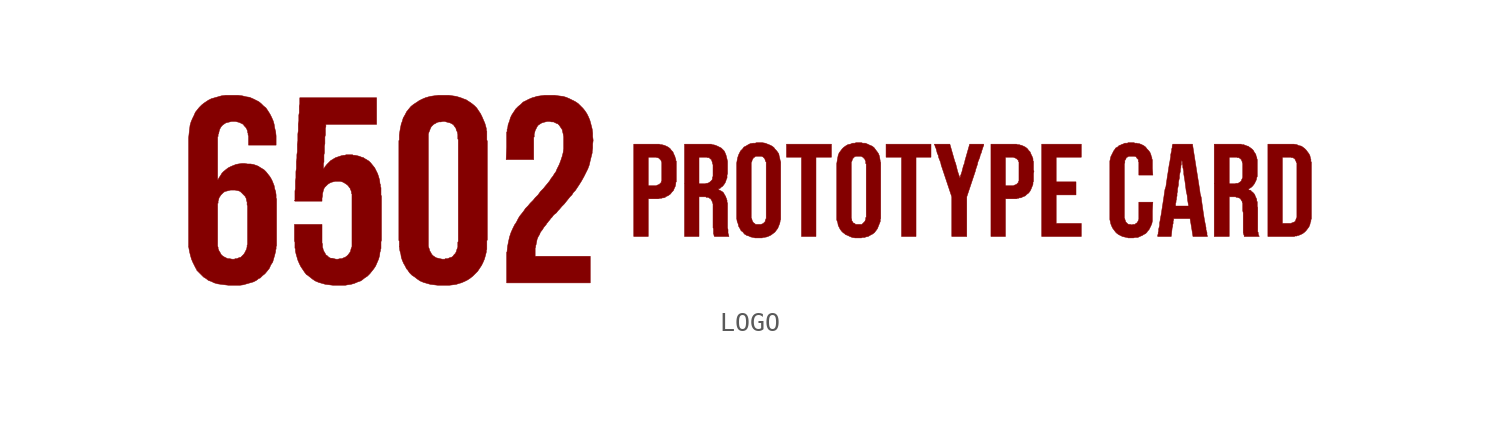
<source format=kicad_sym>
(kicad_symbol_lib
  (version 20231120)
  (generator "kicad_symbol_editor")
  (generator_version "8.0")
  (symbol "LOGO"
    (pin_names
      (offset 1.016))
    (property "Reference" "#G"
      (at 0 -4.242 0)
      (effects (font (size 1.524 1.524)) (hide yes)))
    (symbol "LOGO_0_0"
      (polyline (pts (xy 2.972 1.753) (xy 3.785 1.753) (xy 3.785 2.438) (xy 1.422 2.438) (xy 1.422 1.753) (xy 2.21 1.753) (xy 2.21 -2.413) (xy 2.972 -2.413) (xy 2.972 1.753)) (stroke (width 0.025) (type solid)) (fill (type outline)))
      (polyline (pts (xy 8.23 1.753) (xy 9.017 1.753) (xy 9.017 2.438) (xy 6.655 2.438) (xy 6.655 1.753) (xy 7.468 1.753) (xy 7.468 -2.413) (xy 8.23 -2.413) (xy 8.23 1.753)) (stroke (width 0.025) (type solid)) (fill (type outline)))
      (polyline (pts (xy 16.916 -1.727) (xy 15.596 -1.727) (xy 15.596 -0.229) (xy 16.637 -0.229) (xy 16.637 0.457) (xy 15.596 0.457) (xy 15.596 1.753) (xy 16.916 1.753) (xy 16.916 2.438) (xy 14.834 2.438) (xy 14.834 -2.413) (xy 16.916 -2.413) (xy 16.916 -1.727)) (stroke (width 0.025) (type solid)) (fill (type outline)))
      (polyline (pts (xy 10.897 -0.33) (xy 11.354 1.041) (xy 11.354 1.067) (xy 11.455 1.372) (xy 11.481 1.499) (xy 11.582 1.753) (xy 11.608 1.88) (xy 11.659 1.981) (xy 11.684 2.083) (xy 11.76 2.311) (xy 11.786 2.362) (xy 11.786 2.438) (xy 11.049 2.438) (xy 10.795 1.549) (xy 10.795 1.524) (xy 10.77 1.422) (xy 10.719 1.295) (xy 10.643 0.991) (xy 10.592 0.838) (xy 10.566 0.787) (xy 10.566 0.737) (xy 10.541 0.686) (xy 10.541 0.66) (xy 10.516 0.686) (xy 10.516 0.737) (xy 10.49 0.787) (xy 10.414 1.016) (xy 10.312 1.422) (xy 10.262 1.549) (xy 10.008 2.438) (xy 9.195 2.438) (xy 9.195 2.413) (xy 9.22 2.388) (xy 9.22 2.362) (xy 9.246 2.286) (xy 9.271 2.235) (xy 9.296 2.159) (xy 9.347 1.956) (xy 9.398 1.854) (xy 9.423 1.727) (xy 9.525 1.473) (xy 9.55 1.346) (xy 10.109 -0.33) (xy 10.109 -2.413) (xy 10.897 -2.413) (xy 10.897 -0.33)) (stroke (width 0.025) (type solid)) (fill (type outline)))
      (polyline (pts (xy 28.143 -2.388) (xy 28.245 -2.388) (xy 28.27 -2.362) (xy 28.321 -2.362) (xy 28.448 -2.311) (xy 28.55 -2.261) (xy 28.651 -2.184) (xy 28.727 -2.108) (xy 28.88 -1.905) (xy 28.931 -1.778) (xy 28.956 -1.651) (xy 28.956 -1.626) (xy 28.981 -1.626) (xy 28.981 -1.524) (xy 29.007 -1.499) (xy 29.007 1.499) (xy 28.981 1.524) (xy 28.981 1.651) (xy 28.956 1.676) (xy 28.956 1.702) (xy 28.931 1.829) (xy 28.88 1.93) (xy 28.727 2.134) (xy 28.651 2.21) (xy 28.55 2.286) (xy 28.473 2.337) (xy 28.346 2.362) (xy 28.245 2.413) (xy 28.092 2.438) (xy 26.721 2.438) (xy 26.721 -1.727) (xy 27.483 -1.727) (xy 27.483 1.753) (xy 27.94 1.753) (xy 27.965 1.727) (xy 28.042 1.727) (xy 28.067 1.702) (xy 28.092 1.702) (xy 28.143 1.651) (xy 28.194 1.549) (xy 28.219 1.473) (xy 28.245 1.448) (xy 28.245 -1.422) (xy 28.219 -1.448) (xy 28.169 -1.6) (xy 28.118 -1.651) (xy 28.042 -1.676) (xy 27.991 -1.702) (xy 27.965 -1.702) (xy 27.94 -1.727) (xy 27.483 -1.727) (xy 26.721 -1.727) (xy 26.721 -2.413) (xy 28.118 -2.413) (xy 28.143 -2.388)) (stroke (width 0.025) (type solid)) (fill (type outline)))
      (polyline (pts (xy 12.929 -0.432) (xy 13.513 -0.432) (xy 13.564 -0.406) (xy 13.614 -0.406) (xy 13.665 -0.381) (xy 13.741 -0.381) (xy 13.843 -0.33) (xy 13.97 -0.279) (xy 14.046 -0.203) (xy 14.148 -0.127) (xy 14.224 -0.025) (xy 14.275 0.076) (xy 14.376 0.33) (xy 14.376 0.432) (xy 14.402 0.483) (xy 14.402 0.889) (xy 14.427 1.016) (xy 14.402 1.092) (xy 14.402 1.524) (xy 14.376 1.575) (xy 14.376 1.676) (xy 14.326 1.803) (xy 14.275 1.905) (xy 14.224 2.032) (xy 14.148 2.108) (xy 14.072 2.21) (xy 13.97 2.286) (xy 13.868 2.337) (xy 13.741 2.388) (xy 13.691 2.388) (xy 13.665 2.413) (xy 13.564 2.413) (xy 13.513 2.438) (xy 12.167 2.438) (xy 12.167 0.254) (xy 12.929 0.254) (xy 12.929 1.753) (xy 13.36 1.753) (xy 13.386 1.727) (xy 13.411 1.727) (xy 13.513 1.676) (xy 13.614 1.575) (xy 13.614 1.524) (xy 13.64 1.499) (xy 13.64 0.508) (xy 13.614 0.483) (xy 13.614 0.432) (xy 13.513 0.33) (xy 13.462 0.305) (xy 13.386 0.279) (xy 13.36 0.254) (xy 12.929 0.254) (xy 12.167 0.254) (xy 12.167 -2.413) (xy 12.929 -2.413) (xy 12.929 -0.432)) (stroke (width 0.025) (type solid)) (fill (type outline)))
      (polyline (pts (xy -5.842 -0.432) (xy -5.309 -0.432) (xy -5.232 -0.406) (xy -5.156 -0.406) (xy -5.08 -0.381) (xy -5.029 -0.381) (xy -4.953 -0.356) (xy -4.902 -0.305) (xy -4.877 -0.305) (xy -4.775 -0.254) (xy -4.674 -0.178) (xy -4.597 -0.076) (xy -4.521 0) (xy -4.47 0.127) (xy -4.42 0.229) (xy -4.394 0.381) (xy -4.394 0.432) (xy -4.369 0.457) (xy -4.369 1.549) (xy -4.394 1.575) (xy -4.394 1.651) (xy -4.42 1.702) (xy -4.445 1.803) (xy -4.496 1.905) (xy -4.547 2.032) (xy -4.623 2.108) (xy -4.699 2.21) (xy -4.801 2.286) (xy -4.902 2.337) (xy -5.029 2.388) (xy -5.08 2.388) (xy -5.105 2.413) (xy -5.207 2.413) (xy -5.258 2.438) (xy -6.604 2.438) (xy -6.604 0.254) (xy -5.842 0.254) (xy -5.842 1.753) (xy -5.41 1.753) (xy -5.385 1.727) (xy -5.334 1.727) (xy -5.283 1.702) (xy -5.182 1.6) (xy -5.156 1.549) (xy -5.131 1.473) (xy -5.131 0.508) (xy -5.156 0.483) (xy -5.156 0.432) (xy -5.258 0.33) (xy -5.309 0.305) (xy -5.385 0.279) (xy -5.41 0.254) (xy -5.842 0.254) (xy -6.604 0.254) (xy -6.604 -2.413) (xy -5.842 -2.413) (xy -5.842 -0.432)) (stroke (width 0.025) (type solid)) (fill (type outline)))
      (polyline (pts (xy 5.41 -2.464) (xy 5.537 -2.464) (xy 5.588 -2.438) (xy 5.715 -2.413) (xy 5.842 -2.337) (xy 5.944 -2.286) (xy 6.045 -2.21) (xy 6.198 -2.007) (xy 6.35 -1.626) (xy 6.35 -1.473) (xy 6.375 -1.473) (xy 6.375 1.473) (xy 6.35 1.499) (xy 6.35 1.549) (xy 6.325 1.702) (xy 6.299 1.829) (xy 6.248 1.956) (xy 6.02 2.261) (xy 5.918 2.337) (xy 5.791 2.388) (xy 5.69 2.438) (xy 5.563 2.489) (xy 5.436 2.489) (xy 5.359 2.515) (xy 5.08 2.515) (xy 5.004 2.489) (xy 4.902 2.489) (xy 4.775 2.438) (xy 4.648 2.413) (xy 4.521 2.337) (xy 4.42 2.261) (xy 4.343 2.184) (xy 4.191 1.981) (xy 4.14 1.854) (xy 4.115 1.727) (xy 4.064 1.422) (xy 4.064 -1.473) (xy 4.826 -1.473) (xy 4.826 1.499) (xy 4.851 1.524) (xy 4.902 1.676) (xy 5.004 1.778) (xy 5.08 1.803) (xy 5.385 1.803) (xy 5.385 1.778) (xy 5.436 1.753) (xy 5.537 1.651) (xy 5.563 1.575) (xy 5.588 1.575) (xy 5.588 1.422) (xy 5.613 1.397) (xy 5.613 -1.397) (xy 5.588 -1.422) (xy 5.588 -1.549) (xy 5.563 -1.549) (xy 5.563 -1.575) (xy 5.537 -1.626) (xy 5.385 -1.778) (xy 5.055 -1.778) (xy 5.004 -1.727) (xy 4.928 -1.702) (xy 4.902 -1.651) (xy 4.851 -1.575) (xy 4.851 -1.499) (xy 4.826 -1.473) (xy 4.064 -1.473) (xy 4.064 -1.549) (xy 4.115 -1.676) (xy 4.14 -1.829) (xy 4.242 -2.032) (xy 4.318 -2.134) (xy 4.42 -2.235) (xy 4.445 -2.235) (xy 4.521 -2.311) (xy 4.648 -2.362) (xy 4.75 -2.413) (xy 4.877 -2.464) (xy 5.029 -2.489) (xy 5.359 -2.489) (xy 5.41 -2.464)) (stroke (width 0.025) (type solid)) (fill (type outline)))
      (polyline (pts (xy 0.178 -2.464) (xy 0.229 -2.464) (xy 0.381 -2.438) (xy 0.508 -2.388) (xy 0.61 -2.337) (xy 0.813 -2.184) (xy 0.965 -1.981) (xy 1.067 -1.727) (xy 1.092 -1.6) (xy 1.092 -1.549) (xy 1.118 -1.524) (xy 1.118 1.499) (xy 1.092 1.575) (xy 1.067 1.702) (xy 1.041 1.803) (xy 1.016 1.93) (xy 0.965 2.007) (xy 0.889 2.108) (xy 0.813 2.184) (xy 0.762 2.261) (xy 0.66 2.337) (xy 0.559 2.388) (xy 0.305 2.489) (xy 0.152 2.515) (xy -0.152 2.515) (xy -0.229 2.489) (xy -0.33 2.489) (xy -0.483 2.464) (xy -0.584 2.413) (xy -0.711 2.337) (xy -0.813 2.286) (xy -0.889 2.184) (xy -0.991 2.083) (xy -1.092 1.88) (xy -1.143 1.727) (xy -1.168 1.6) (xy -1.194 1.448) (xy -1.194 -1.473) (xy -0.432 -1.473) (xy -0.432 1.499) (xy -0.406 1.499) (xy -0.381 1.6) (xy -0.356 1.651) (xy -0.305 1.727) (xy -0.254 1.753) (xy -0.203 1.803) (xy 0.127 1.803) (xy 0.152 1.778) (xy 0.178 1.778) (xy 0.279 1.676) (xy 0.33 1.524) (xy 0.356 1.499) (xy 0.356 -1.473) (xy 0.33 -1.499) (xy 0.33 -1.575) (xy 0.305 -1.575) (xy 0.305 -1.626) (xy 0.203 -1.727) (xy 0.152 -1.753) (xy 0.076 -1.778) (xy -0.203 -1.778) (xy -0.254 -1.727) (xy -0.305 -1.702) (xy -0.356 -1.626) (xy -0.381 -1.575) (xy -0.406 -1.473) (xy -0.432 -1.473) (xy -1.194 -1.473) (xy -1.168 -1.626) (xy -1.118 -1.753) (xy -1.092 -1.88) (xy -1.016 -2.007) (xy -0.965 -2.108) (xy -0.864 -2.184) (xy -0.787 -2.286) (xy -0.737 -2.311) (xy -0.66 -2.362) (xy -0.559 -2.388) (xy -0.457 -2.438) (xy -0.33 -2.464) (xy -0.229 -2.489) (xy 0.152 -2.489) (xy 0.178 -2.464)) (stroke (width 0.025) (type solid)) (fill (type outline)))
      (polyline (pts (xy -3.175 -0.33) (xy -2.819 -0.33) (xy -2.794 -0.356) (xy -2.692 -0.356) (xy -2.616 -0.406) (xy -2.565 -0.432) (xy -2.515 -0.508) (xy -2.489 -0.559) (xy -2.489 -0.584) (xy -2.464 -0.584) (xy -2.464 -0.66) (xy -2.438 -0.686) (xy -2.438 -1.956) (xy -2.413 -2.007) (xy -2.413 -2.286) (xy -2.388 -2.311) (xy -2.388 -2.362) (xy -2.362 -2.413) (xy -1.6 -2.413) (xy -1.626 -2.311) (xy -1.651 -2.235) (xy -1.651 -2.057) (xy -1.676 -1.956) (xy -1.676 -0.66) (xy -1.702 -0.61) (xy -1.702 -0.508) (xy -1.727 -0.457) (xy -1.727 -0.432) (xy -1.753 -0.381) (xy -1.778 -0.305) (xy -1.829 -0.229) (xy -1.88 -0.127) (xy -1.93 -0.076) (xy -2.007 -0.025) (xy -2.108 0.025) (xy -2.134 0.051) (xy -2.159 0.051) (xy -2.159 0.076) (xy -2.134 0.102) (xy -2.083 0.102) (xy -2.007 0.178) (xy -1.93 0.229) (xy -1.854 0.33) (xy -1.803 0.406) (xy -1.753 0.533) (xy -1.753 0.559) (xy -1.702 0.66) (xy -1.702 0.813) (xy -1.676 0.889) (xy -1.676 1.524) (xy -1.702 1.651) (xy -1.753 1.854) (xy -1.803 1.981) (xy -1.854 2.083) (xy -2.007 2.235) (xy -2.21 2.337) (xy -2.337 2.388) (xy -2.464 2.413) (xy -2.515 2.413) (xy -2.515 2.438) (xy -3.937 2.438) (xy -3.937 0.356) (xy -3.175 0.356) (xy -3.175 1.753) (xy -2.769 1.753) (xy -2.718 1.727) (xy -2.642 1.727) (xy -2.565 1.651) (xy -2.54 1.651) (xy -2.515 1.6) (xy -2.464 1.448) (xy -2.464 1.397) (xy -2.438 1.372) (xy -2.438 0.737) (xy -2.464 0.711) (xy -2.464 0.635) (xy -2.489 0.559) (xy -2.591 0.457) (xy -2.667 0.406) (xy -2.743 0.381) (xy -2.794 0.381) (xy -2.845 0.356) (xy -3.175 0.356) (xy -3.937 0.356) (xy -3.937 -2.413) (xy -3.175 -2.413) (xy -3.175 -0.33)) (stroke (width 0.025) (type solid)) (fill (type outline)))
      (polyline (pts (xy 19.736 -2.464) (xy 19.888 -2.464) (xy 19.99 -2.413) (xy 20.117 -2.362) (xy 20.193 -2.311) (xy 20.295 -2.261) (xy 20.371 -2.184) (xy 20.396 -2.134) (xy 20.472 -2.057) (xy 20.574 -1.854) (xy 20.625 -1.727) (xy 20.65 -1.6) (xy 20.65 -1.067) (xy 20.676 -0.61) (xy 19.939 -0.61) (xy 19.939 -1.499) (xy 19.914 -1.575) (xy 19.888 -1.626) (xy 19.837 -1.702) (xy 19.787 -1.727) (xy 19.736 -1.778) (xy 19.66 -1.778) (xy 19.558 -1.803) (xy 19.482 -1.778) (xy 19.406 -1.778) (xy 19.355 -1.753) (xy 19.253 -1.651) (xy 19.202 -1.499) (xy 19.202 -1.473) (xy 19.177 -1.448) (xy 19.177 1.422) (xy 19.202 1.448) (xy 19.202 1.6) (xy 19.228 1.6) (xy 19.228 1.626) (xy 19.253 1.651) (xy 19.279 1.727) (xy 19.329 1.753) (xy 19.406 1.803) (xy 19.71 1.803) (xy 19.787 1.778) (xy 19.812 1.753) (xy 19.837 1.702) (xy 19.914 1.626) (xy 19.914 1.524) (xy 19.939 1.499) (xy 19.939 0.813) (xy 20.676 0.813) (xy 20.65 1.168) (xy 20.65 1.626) (xy 20.625 1.651) (xy 20.625 1.727) (xy 20.599 1.778) (xy 20.574 1.88) (xy 20.523 2.007) (xy 20.447 2.108) (xy 20.371 2.184) (xy 20.295 2.286) (xy 20.193 2.362) (xy 20.091 2.413) (xy 19.964 2.464) (xy 19.888 2.464) (xy 19.837 2.489) (xy 19.736 2.489) (xy 19.685 2.515) (xy 19.38 2.515) (xy 19.329 2.489) (xy 19.202 2.489) (xy 19.101 2.438) (xy 19.075 2.438) (xy 18.974 2.388) (xy 18.898 2.362) (xy 18.821 2.286) (xy 18.72 2.235) (xy 18.694 2.184) (xy 18.618 2.083) (xy 18.466 1.778) (xy 18.44 1.651) (xy 18.415 1.549) (xy 18.415 -1.524) (xy 18.44 -1.626) (xy 18.466 -1.753) (xy 18.517 -1.88) (xy 18.567 -1.981) (xy 18.72 -2.184) (xy 18.771 -2.235) (xy 18.872 -2.311) (xy 19.075 -2.413) (xy 19.177 -2.438) (xy 19.304 -2.464) (xy 19.329 -2.464) (xy 19.38 -2.489) (xy 19.66 -2.489) (xy 19.736 -2.464)) (stroke (width 0.025) (type solid)) (fill (type outline)))
      (polyline (pts (xy 24.689 -0.33) (xy 25.019 -0.33) (xy 25.07 -0.356) (xy 25.121 -0.356) (xy 25.171 -0.381) (xy 25.197 -0.381) (xy 25.248 -0.406) (xy 25.298 -0.457) (xy 25.324 -0.508) (xy 25.375 -0.584) (xy 25.375 -0.635) (xy 25.4 -0.66) (xy 25.4 -1.067) (xy 25.425 -1.168) (xy 25.425 -2.235) (xy 25.451 -2.261) (xy 25.451 -2.311) (xy 25.476 -2.362) (xy 25.476 -2.413) (xy 26.264 -2.413) (xy 26.264 -2.388) (xy 26.238 -2.362) (xy 26.238 -2.337) (xy 26.213 -2.311) (xy 26.213 -2.21) (xy 26.187 -2.159) (xy 26.187 -0.889) (xy 26.162 -0.838) (xy 26.162 -0.584) (xy 26.137 -0.559) (xy 26.137 -0.483) (xy 26.111 -0.406) (xy 26.06 -0.305) (xy 26.035 -0.229) (xy 25.984 -0.152) (xy 25.908 -0.076) (xy 25.857 -0.051) (xy 25.832 0) (xy 25.781 0.025) (xy 25.73 0.025) (xy 25.705 0.051) (xy 25.679 0.051) (xy 25.679 0.076) (xy 25.705 0.076) (xy 25.73 0.102) (xy 25.781 0.127) (xy 25.857 0.178) (xy 25.933 0.254) (xy 26.01 0.356) (xy 26.111 0.559) (xy 26.137 0.686) (xy 26.162 0.737) (xy 26.162 1.626) (xy 26.137 1.702) (xy 26.137 1.753) (xy 26.111 1.778) (xy 26.086 1.905) (xy 26.01 2.007) (xy 25.959 2.108) (xy 25.883 2.184) (xy 25.781 2.261) (xy 25.705 2.311) (xy 25.679 2.337) (xy 25.629 2.337) (xy 25.578 2.362) (xy 25.502 2.388) (xy 25.451 2.413) (xy 25.349 2.413) (xy 25.324 2.438) (xy 23.901 2.438) (xy 23.901 0.356) (xy 24.689 0.356) (xy 24.689 1.753) (xy 25.095 1.753) (xy 25.121 1.727) (xy 25.197 1.727) (xy 25.273 1.676) (xy 25.324 1.626) (xy 25.349 1.575) (xy 25.349 1.549) (xy 25.375 1.524) (xy 25.375 1.473) (xy 25.4 1.422) (xy 25.4 0.686) (xy 25.349 0.584) (xy 25.324 0.508) (xy 25.273 0.457) (xy 25.197 0.406) (xy 25.146 0.381) (xy 25.044 0.381) (xy 25.019 0.356) (xy 24.689 0.356) (xy 23.901 0.356) (xy 23.901 -2.413) (xy 24.689 -2.413) (xy 24.689 -0.33)) (stroke (width 0.025) (type solid)) (fill (type outline)))
      (polyline (pts (xy 21.692 -1.956) (xy 21.717 -1.88) (xy 21.717 -1.803) (xy 21.742 -1.727) (xy 21.742 -1.6) (xy 21.768 -1.549) (xy 21.768 -1.473) (xy 22.631 -1.473) (xy 22.708 -1.93) (xy 22.784 -2.413) (xy 23.546 -2.413) (xy 23.546 -2.388) (xy 23.52 -2.337) (xy 23.52 -2.21) (xy 23.47 -2.057) (xy 23.47 -1.956) (xy 23.393 -1.575) (xy 23.343 -1.27) (xy 23.241 -0.559) (xy 23.216 -0.356) (xy 23.165 -0.178) (xy 23.139 0.025) (xy 22.758 2.438) (xy 21.717 2.438) (xy 21.717 2.388) (xy 21.692 2.362) (xy 21.692 2.261) (xy 21.666 2.184) (xy 21.666 2.083) (xy 21.641 2.007) (xy 21.615 1.88) (xy 21.615 1.778) (xy 21.59 1.651) (xy 21.565 1.499) (xy 21.539 1.372) (xy 21.514 1.219) (xy 21.488 1.041) (xy 21.438 0.737) (xy 21.361 0.203) (xy 21.311 0.051) (xy 21.234 -0.483) (xy 21.209 -0.635) (xy 21.184 -0.813) (xy 21.869 -0.813) (xy 21.869 -0.686) (xy 21.895 -0.61) (xy 21.895 -0.533) (xy 21.92 -0.457) (xy 21.92 -0.381) (xy 21.946 -0.279) (xy 21.946 -0.152) (xy 21.971 -0.051) (xy 21.971 0.076) (xy 21.996 0.178) (xy 22.022 0.305) (xy 22.022 0.432) (xy 22.047 0.559) (xy 22.073 0.66) (xy 22.073 0.787) (xy 22.098 0.914) (xy 22.123 1.016) (xy 22.123 1.118) (xy 22.149 1.219) (xy 22.149 1.295) (xy 22.174 1.372) (xy 22.174 1.549) (xy 22.2 1.575) (xy 22.2 1.549) (xy 22.225 1.524) (xy 22.225 1.397) (xy 22.25 1.321) (xy 22.25 1.219) (xy 22.276 1.118) (xy 22.301 0.991) (xy 22.301 0.864) (xy 22.352 0.559) (xy 22.377 0.381) (xy 22.428 -0.025) (xy 22.479 -0.254) (xy 22.504 -0.508) (xy 22.555 -0.813) (xy 21.869 -0.813) (xy 21.184 -0.813) (xy 21.158 -0.965) (xy 21.133 -1.143) (xy 21.107 -1.295) (xy 21.082 -1.422) (xy 21.057 -1.575) (xy 21.031 -1.702) (xy 21.031 -1.829) (xy 20.98 -2.032) (xy 20.98 -2.134) (xy 20.955 -2.21) (xy 20.955 -2.286) (xy 20.93 -2.337) (xy 20.93 -2.413) (xy 21.641 -2.413) (xy 21.692 -1.956)) (stroke (width 0.025) (type solid)) (fill (type outline)))
      (polyline (pts (xy -16.104 -4.953) (xy -15.926 -4.928) (xy -15.773 -4.877) (xy -15.672 -4.851) (xy -15.494 -4.775) (xy -15.342 -4.699) (xy -15.189 -4.597) (xy -15.062 -4.496) (xy -14.808 -4.242) (xy -14.605 -3.937) (xy -14.529 -3.785) (xy -14.453 -3.607) (xy -14.402 -3.429) (xy -14.351 -3.226) (xy -14.351 -3.124) (xy -14.326 -3.099) (xy -14.326 -2.642) (xy -14.3 -2.591) (xy -14.3 2.591) (xy -14.326 2.667) (xy -14.326 3.124) (xy -14.351 3.15) (xy -14.351 3.251) (xy -14.376 3.353) (xy -14.427 3.531) (xy -14.58 3.886) (xy -14.656 4.039) (xy -14.859 4.343) (xy -14.986 4.47) (xy -15.113 4.572) (xy -15.418 4.775) (xy -15.57 4.826) (xy -15.621 4.851) (xy -15.773 4.902) (xy -15.951 4.953) (xy -16.307 5.004) (xy -16.891 5.004) (xy -17.094 4.978) (xy -17.272 4.953) (xy -17.374 4.928) (xy -17.551 4.877) (xy -17.729 4.801) (xy -17.882 4.724) (xy -18.186 4.521) (xy -18.313 4.42) (xy -18.44 4.267) (xy -18.542 4.14) (xy -18.618 3.988) (xy -18.72 3.81) (xy -18.771 3.632) (xy -18.821 3.505) (xy -18.872 3.251) (xy -18.898 3.099) (xy -18.923 2.921) (xy -18.923 2.667) (xy -18.948 2.616) (xy -18.948 -2.616) (xy -18.923 -2.667) (xy -18.923 -2.946) (xy -17.399 -2.946) (xy -17.399 2.972) (xy -17.374 3.048) (xy -17.323 3.175) (xy -17.297 3.251) (xy -17.247 3.353) (xy -17.12 3.48) (xy -17.018 3.531) (xy -16.942 3.581) (xy -16.84 3.607) (xy -16.739 3.607) (xy -16.637 3.632) (xy -16.535 3.632) (xy -16.459 3.607) (xy -16.256 3.556) (xy -16.154 3.505) (xy -16.078 3.454) (xy -16.027 3.378) (xy -15.951 3.277) (xy -15.926 3.175) (xy -15.875 3.073) (xy -15.85 2.946) (xy -15.85 2.718) (xy -15.824 2.667) (xy -15.824 -2.667) (xy -15.85 -2.718) (xy -15.85 -2.972) (xy -15.9 -3.099) (xy -15.926 -3.2) (xy -15.977 -3.302) (xy -16.053 -3.378) (xy -16.104 -3.454) (xy -16.18 -3.505) (xy -16.281 -3.531) (xy -16.383 -3.581) (xy -16.51 -3.581) (xy -16.535 -3.607) (xy -16.662 -3.607) (xy -16.789 -3.581) (xy -16.993 -3.531) (xy -17.145 -3.429) (xy -17.221 -3.353) (xy -17.272 -3.251) (xy -17.323 -3.175) (xy -17.348 -3.073) (xy -17.399 -2.946) (xy -18.923 -2.946) (xy -18.898 -3.15) (xy -18.847 -3.327) (xy -18.821 -3.505) (xy -18.771 -3.658) (xy -18.694 -3.835) (xy -18.618 -3.962) (xy -18.542 -4.115) (xy -18.491 -4.166) (xy -18.39 -4.318) (xy -18.263 -4.445) (xy -18.11 -4.547) (xy -17.983 -4.648) (xy -17.831 -4.75) (xy -17.653 -4.826) (xy -17.297 -4.928) (xy -16.891 -4.978) (xy -16.307 -4.978) (xy -16.104 -4.953)) (stroke (width 0.025) (type solid)) (fill (type outline)))
      (polyline (pts (xy -8.89 -3.454) (xy -11.786 -3.454) (xy -11.786 -3.023) (xy -11.76 -2.972) (xy -11.76 -2.896) (xy -11.735 -2.845) (xy -11.735 -2.819) (xy -11.684 -2.565) (xy -11.633 -2.438) (xy -11.557 -2.311) (xy -11.506 -2.184) (xy -11.405 -2.057) (xy -11.328 -1.93) (xy -11.201 -1.778) (xy -11.176 -1.727) (xy -11.125 -1.676) (xy -11.074 -1.6) (xy -11.024 -1.549) (xy -10.973 -1.473) (xy -10.897 -1.397) (xy -10.846 -1.321) (xy -10.77 -1.245) (xy -10.668 -1.168) (xy -10.592 -1.067) (xy -10.516 -0.991) (xy -10.389 -0.838) (xy -10.262 -0.711) (xy -9.957 -0.33) (xy -9.855 -0.229) (xy -9.779 -0.102) (xy -9.677 0) (xy -9.474 0.305) (xy -9.347 0.508) (xy -9.22 0.737) (xy -9.017 1.143) (xy -8.941 1.346) (xy -8.89 1.575) (xy -8.788 1.981) (xy -8.788 2.057) (xy -8.763 2.235) (xy -8.763 2.438) (xy -8.738 2.642) (xy -8.763 2.845) (xy -8.763 3.023) (xy -8.788 3.226) (xy -8.865 3.531) (xy -8.915 3.708) (xy -8.992 3.886) (xy -9.068 4.039) (xy -9.169 4.191) (xy -9.271 4.318) (xy -9.525 4.572) (xy -9.677 4.674) (xy -9.982 4.826) (xy -10.16 4.902) (xy -10.338 4.953) (xy -10.363 4.953) (xy -10.566 4.978) (xy -10.744 5.004) (xy -11.303 5.004) (xy -11.506 4.978) (xy -11.684 4.953) (xy -11.836 4.902) (xy -11.938 4.877) (xy -12.116 4.801) (xy -12.421 4.648) (xy -12.548 4.521) (xy -12.675 4.42) (xy -12.802 4.293) (xy -13.005 3.988) (xy -13.081 3.835) (xy -13.132 3.658) (xy -13.208 3.454) (xy -13.233 3.251) (xy -13.259 3.226) (xy -13.259 3.099) (xy -13.284 3.073) (xy -13.284 2.286) (xy -13.31 1.626) (xy -11.862 1.626) (xy -11.862 2.794) (xy -11.836 2.819) (xy -11.836 2.972) (xy -11.811 3.048) (xy -11.786 3.15) (xy -11.684 3.353) (xy -11.633 3.429) (xy -11.481 3.531) (xy -11.43 3.556) (xy -11.354 3.581) (xy -11.151 3.632) (xy -11.024 3.632) (xy -10.922 3.607) (xy -10.82 3.607) (xy -10.668 3.531) (xy -10.592 3.505) (xy -10.516 3.429) (xy -10.363 3.2) (xy -10.338 3.073) (xy -10.312 2.972) (xy -10.287 2.819) (xy -10.287 2.21) (xy -10.312 2.007) (xy -10.363 1.803) (xy -10.439 1.575) (xy -10.516 1.372) (xy -10.643 1.118) (xy -10.693 0.991) (xy -10.77 0.889) (xy -10.846 0.762) (xy -10.947 0.635) (xy -11.024 0.508) (xy -11.125 0.381) (xy -11.252 0.229) (xy -11.354 0.102) (xy -11.506 -0.051) (xy -11.633 -0.229) (xy -11.786 -0.381) (xy -11.887 -0.508) (xy -12.04 -0.66) (xy -12.167 -0.813) (xy -12.294 -0.94) (xy -12.395 -1.092) (xy -12.598 -1.346) (xy -12.675 -1.473) (xy -12.751 -1.626) (xy -12.827 -1.753) (xy -12.852 -1.778) (xy -12.954 -1.981) (xy -13.056 -2.21) (xy -13.132 -2.438) (xy -13.183 -2.667) (xy -13.233 -2.921) (xy -13.259 -3.175) (xy -13.259 -3.2) (xy -13.284 -3.251) (xy -13.284 -4.851) (xy -8.89 -4.851) (xy -8.89 -3.454)) (stroke (width 0.025) (type solid)) (fill (type outline)))
      (polyline (pts (xy -21.641 -4.953) (xy -21.463 -4.928) (xy -21.285 -4.877) (xy -21.107 -4.801) (xy -20.955 -4.75) (xy -20.879 -4.699) (xy -20.752 -4.597) (xy -20.599 -4.496) (xy -20.472 -4.369) (xy -20.269 -4.115) (xy -20.168 -3.962) (xy -20.015 -3.607) (xy -19.964 -3.429) (xy -19.939 -3.226) (xy -19.914 -3.175) (xy -19.914 -3.099) (xy -19.888 -3.048) (xy -19.888 -2.692) (xy -19.863 -2.616) (xy -19.863 -0.305) (xy -19.888 -0.229) (xy -19.888 0.152) (xy -19.914 0.203) (xy -19.914 0.305) (xy -19.939 0.356) (xy -19.964 0.559) (xy -20.015 0.737) (xy -20.066 0.889) (xy -20.218 1.194) (xy -20.422 1.448) (xy -20.523 1.549) (xy -20.777 1.702) (xy -20.803 1.727) (xy -20.904 1.753) (xy -21.031 1.803) (xy -21.133 1.829) (xy -21.26 1.854) (xy -21.336 1.854) (xy -21.387 1.88) (xy -21.717 1.88) (xy -21.793 1.854) (xy -21.844 1.854) (xy -21.971 1.829) (xy -22.276 1.727) (xy -22.53 1.575) (xy -22.733 1.372) (xy -22.835 1.245) (xy -22.86 1.194) (xy -22.885 1.168) (xy -22.911 1.168) (xy -22.911 1.422) (xy -22.885 1.499) (xy -22.885 1.88) (xy -22.86 1.981) (xy -22.86 2.337) (xy -22.835 2.464) (xy -22.835 2.819) (xy -22.809 2.921) (xy -22.809 3.277) (xy -22.784 3.353) (xy -22.784 3.48) (xy -20.117 3.48) (xy -20.117 4.877) (xy -24.155 4.877) (xy -24.155 4.547) (xy -24.181 4.445) (xy -24.181 4.089) (xy -24.206 3.962) (xy -24.206 3.658) (xy -24.232 3.505) (xy -24.232 3.15) (xy -24.257 2.972) (xy -24.257 2.616) (xy -24.282 2.438) (xy -24.282 2.057) (xy -24.308 1.88) (xy -24.308 1.702) (xy -24.333 1.524) (xy -24.333 1.168) (xy -24.359 0.991) (xy -24.359 0.66) (xy -24.384 0.508) (xy -24.384 0.102) (xy -24.409 -0.025) (xy -24.409 -0.508) (xy -24.435 -0.508) (xy -24.409 -0.559) (xy -22.987 -0.559) (xy -22.987 -0.406) (xy -22.962 -0.279) (xy -22.962 -0.178) (xy -22.911 0.025) (xy -22.885 0.102) (xy -22.835 0.178) (xy -22.682 0.33) (xy -22.606 0.381) (xy -22.504 0.432) (xy -22.301 0.483) (xy -22.022 0.483) (xy -21.92 0.457) (xy -21.819 0.406) (xy -21.666 0.305) (xy -21.59 0.229) (xy -21.565 0.178) (xy -21.514 0.127) (xy -21.488 0.051) (xy -21.463 0) (xy -21.438 -0.076) (xy -21.438 -0.152) (xy -21.412 -0.178) (xy -21.412 -2.946) (xy -21.463 -3.073) (xy -21.488 -3.2) (xy -21.539 -3.277) (xy -21.615 -3.378) (xy -21.666 -3.429) (xy -21.768 -3.505) (xy -21.844 -3.531) (xy -21.946 -3.581) (xy -22.047 -3.581) (xy -22.149 -3.607) (xy -22.25 -3.607) (xy -22.454 -3.556) (xy -22.53 -3.556) (xy -22.631 -3.505) (xy -22.708 -3.429) (xy -22.784 -3.378) (xy -22.835 -3.277) (xy -22.885 -3.2) (xy -22.936 -3.073) (xy -22.936 -3.023) (xy -22.962 -2.997) (xy -22.962 -2.819) (xy -22.987 -2.743) (xy -22.987 -1.778) (xy -24.435 -1.778) (xy -24.435 -2.642) (xy -24.409 -2.718) (xy -24.409 -3.023) (xy -24.384 -3.073) (xy -24.384 -3.175) (xy -24.359 -3.302) (xy -24.257 -3.658) (xy -24.181 -3.835) (xy -24.105 -3.988) (xy -23.901 -4.293) (xy -23.8 -4.42) (xy -23.749 -4.445) (xy -23.495 -4.648) (xy -23.343 -4.75) (xy -23.165 -4.826) (xy -22.809 -4.928) (xy -22.403 -4.978) (xy -21.768 -4.978) (xy -21.641 -4.953)) (stroke (width 0.025) (type solid)) (fill (type outline)))
      (polyline (pts (xy -27.127 -4.953) (xy -26.594 -4.801) (xy -26.441 -4.724) (xy -26.314 -4.623) (xy -26.238 -4.597) (xy -26.111 -4.47) (xy -25.984 -4.369) (xy -25.857 -4.216) (xy -25.756 -4.089) (xy -25.679 -3.912) (xy -25.578 -3.759) (xy -25.476 -3.404) (xy -25.425 -3.2) (xy -25.425 -3.124) (xy -25.4 -3.073) (xy -25.4 -2.946) (xy -25.375 -2.896) (xy -25.375 -0.432) (xy -25.4 -0.406) (xy -25.4 -0.229) (xy -25.425 -0.051) (xy -25.476 0.102) (xy -25.502 0.254) (xy -25.603 0.508) (xy -25.654 0.61) (xy -25.73 0.737) (xy -25.933 0.991) (xy -26.035 1.092) (xy -26.289 1.245) (xy -26.314 1.27) (xy -26.441 1.321) (xy -26.594 1.372) (xy -26.746 1.397) (xy -26.899 1.397) (xy -27.051 1.422) (xy -27.203 1.422) (xy -27.381 1.397) (xy -27.508 1.372) (xy -27.762 1.27) (xy -27.915 1.194) (xy -28.016 1.118) (xy -28.143 1.016) (xy -28.245 0.914) (xy -28.321 0.787) (xy -28.423 0.635) (xy -28.423 0.61) (xy -28.473 0.559) (xy -28.473 2.819) (xy -28.448 2.845) (xy -28.448 2.972) (xy -28.423 2.972) (xy -28.397 3.099) (xy -28.372 3.2) (xy -28.321 3.302) (xy -28.27 3.378) (xy -28.194 3.454) (xy -28.042 3.556) (xy -27.737 3.632) (xy -27.534 3.632) (xy -27.33 3.581) (xy -27.127 3.48) (xy -27.076 3.404) (xy -27 3.327) (xy -26.949 3.251) (xy -26.899 3.124) (xy -26.899 3.073) (xy -26.873 2.997) (xy -26.873 2.921) (xy -26.848 2.87) (xy -26.848 2.388) (xy -25.4 2.388) (xy -25.4 2.87) (xy -25.425 3.099) (xy -25.476 3.302) (xy -25.502 3.48) (xy -25.552 3.658) (xy -25.629 3.835) (xy -25.705 3.988) (xy -25.781 4.115) (xy -25.933 4.343) (xy -26.06 4.445) (xy -26.187 4.572) (xy -26.314 4.674) (xy -26.619 4.826) (xy -26.797 4.902) (xy -26.975 4.928) (xy -27.178 4.978) (xy -27.381 5.004) (xy -28.067 5.004) (xy -28.27 4.978) (xy -28.804 4.826) (xy -28.956 4.75) (xy -29.185 4.597) (xy -29.312 4.496) (xy -29.439 4.369) (xy -29.642 4.115) (xy -29.718 3.937) (xy -29.794 3.785) (xy -29.87 3.607) (xy -29.921 3.429) (xy -29.947 3.226) (xy -29.997 2.769) (xy -29.997 -2.819) (xy -29.997 -2.946) (xy -28.473 -2.946) (xy -28.473 -0.686) (xy -28.448 -0.66) (xy -28.448 -0.559) (xy -28.423 -0.483) (xy -28.397 -0.381) (xy -28.296 -0.229) (xy -28.169 -0.102) (xy -28.092 -0.051) (xy -27.788 0.025) (xy -27.559 0.025) (xy -27.432 0) (xy -27.33 -0.025) (xy -27.254 -0.076) (xy -27.026 -0.305) (xy -26.975 -0.406) (xy -26.949 -0.508) (xy -26.949 -0.559) (xy -26.924 -0.584) (xy -26.924 -0.762) (xy -26.899 -0.787) (xy -26.899 -2.845) (xy -26.924 -2.87) (xy -26.924 -2.946) (xy -26.949 -3.073) (xy -27.051 -3.277) (xy -27.102 -3.353) (xy -27.254 -3.505) (xy -27.356 -3.531) (xy -27.457 -3.581) (xy -27.559 -3.581) (xy -27.584 -3.607) (xy -27.711 -3.607) (xy -27.838 -3.581) (xy -27.94 -3.581) (xy -28.143 -3.48) (xy -28.219 -3.429) (xy -28.296 -3.353) (xy -28.346 -3.251) (xy -28.397 -3.175) (xy -28.448 -3.048) (xy -28.448 -2.972) (xy -28.473 -2.946) (xy -29.997 -2.946) (xy -29.947 -3.226) (xy -29.896 -3.429) (xy -29.845 -3.607) (xy -29.769 -3.785) (xy -29.616 -4.089) (xy -29.591 -4.115) (xy -29.566 -4.191) (xy -29.21 -4.547) (xy -29.083 -4.623) (xy -28.956 -4.724) (xy -28.804 -4.775) (xy -28.651 -4.851) (xy -28.473 -4.902) (xy -28.296 -4.928) (xy -27.889 -4.978) (xy -27.305 -4.978) (xy -27.127 -4.953)) (stroke (width 0.025) (type solid)) (fill (type outline))))))
</source>
